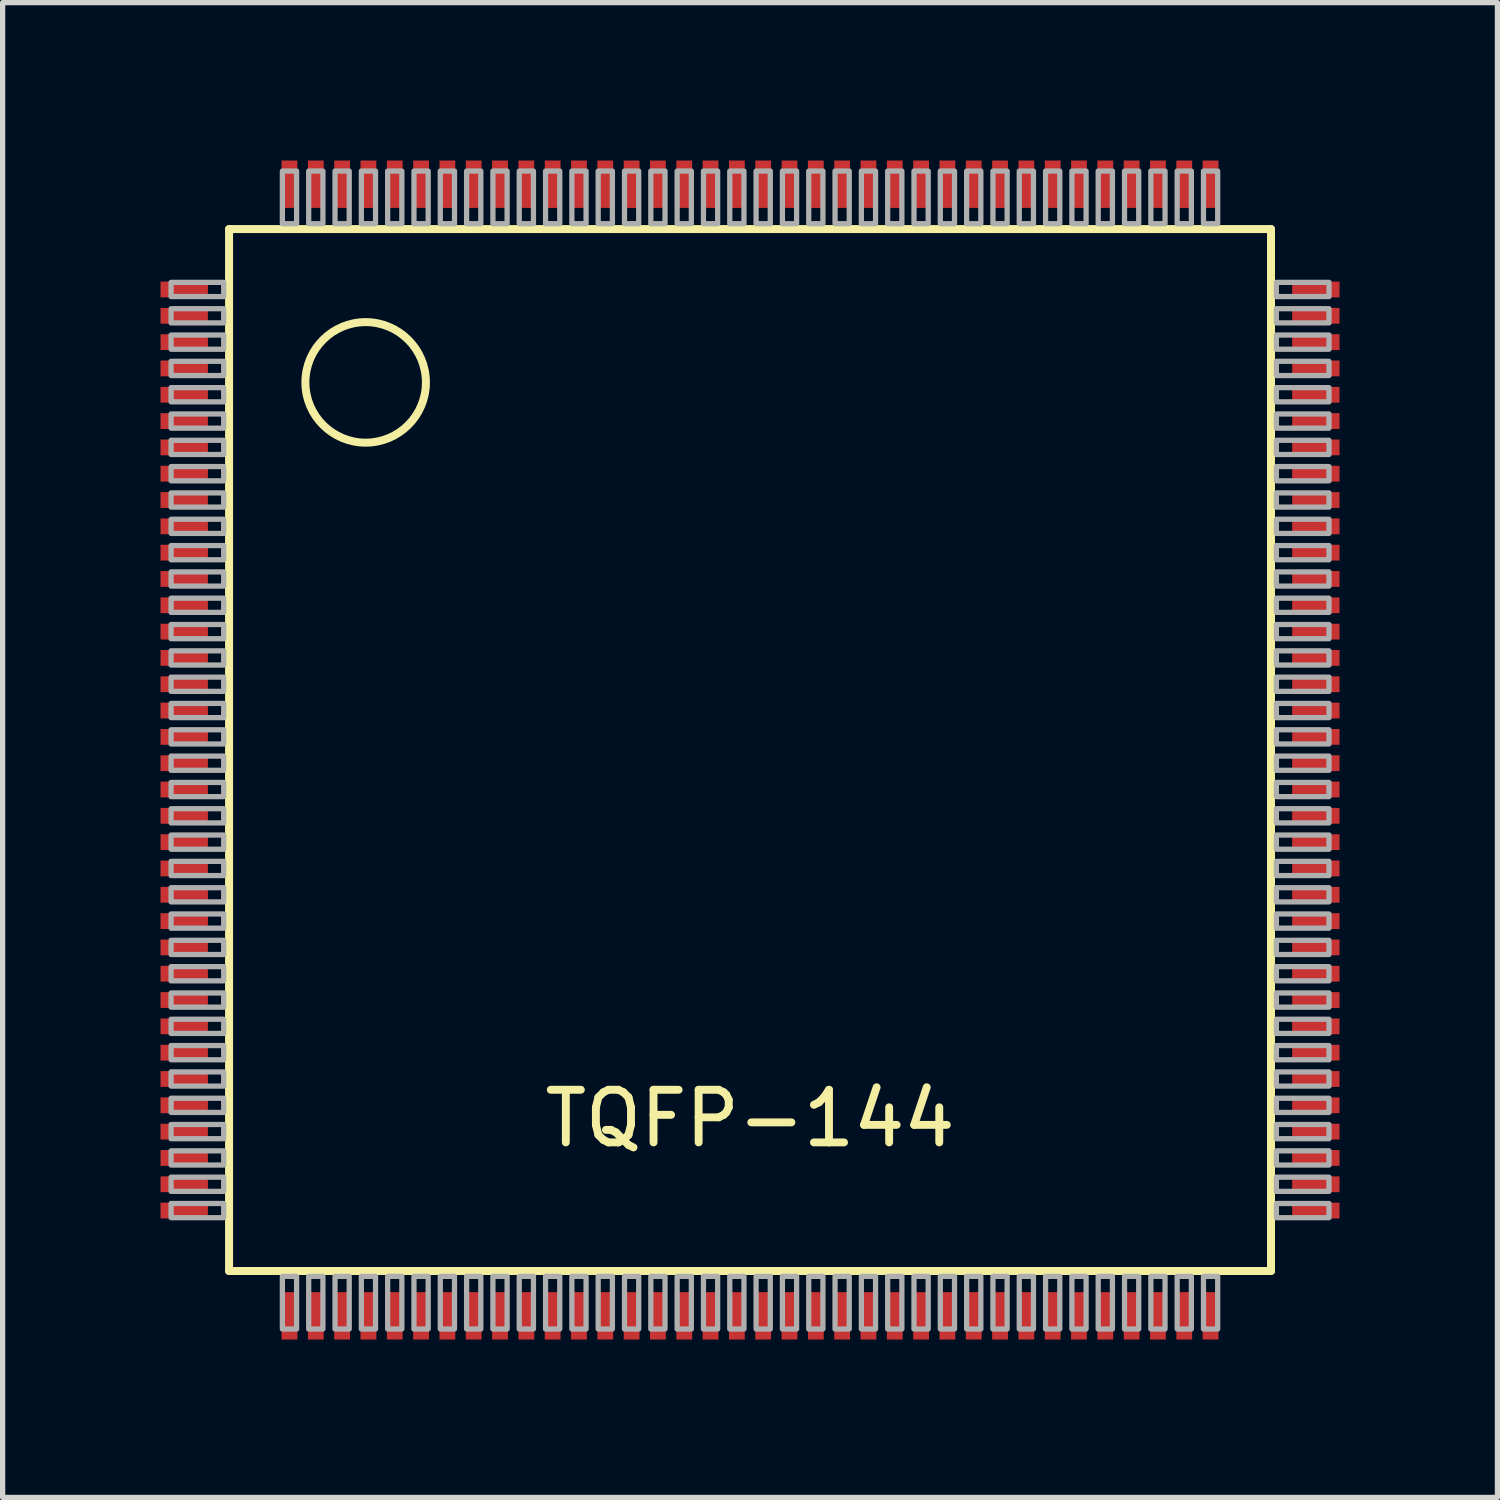
<source format=kicad_pcb>
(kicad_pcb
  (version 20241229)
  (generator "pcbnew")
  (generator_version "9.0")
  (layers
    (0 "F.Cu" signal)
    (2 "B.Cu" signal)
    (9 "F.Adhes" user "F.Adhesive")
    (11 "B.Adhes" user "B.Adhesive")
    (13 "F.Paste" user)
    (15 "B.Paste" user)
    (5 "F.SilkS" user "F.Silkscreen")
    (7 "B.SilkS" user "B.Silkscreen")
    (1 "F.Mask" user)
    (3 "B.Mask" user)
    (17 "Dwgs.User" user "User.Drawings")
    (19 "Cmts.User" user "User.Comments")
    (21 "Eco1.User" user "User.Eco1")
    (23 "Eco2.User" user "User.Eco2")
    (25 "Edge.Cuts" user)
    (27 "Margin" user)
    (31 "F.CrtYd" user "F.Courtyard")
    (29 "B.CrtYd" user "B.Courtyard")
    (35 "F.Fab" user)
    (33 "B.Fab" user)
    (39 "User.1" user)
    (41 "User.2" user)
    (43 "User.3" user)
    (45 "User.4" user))
  (footprint "TQFP-144"
    (layer "F.Cu")
    (at 11.2 11.2)
    (property "Reference" "TQFP-144" (at 0 7 0) (layer "F.SilkS") (effects (font (size 1 1) (thickness 0.15))))
    (attr through_hole)
    (fp_line (start -9.898 -9.898) (end 9.898 -9.898) (stroke (width 0.152) (type solid)) (layer "F.SilkS"))
    (fp_line (start -9.898 9.898) (end -9.898 -9.898) (stroke (width 0.152) (type solid)) (layer "F.SilkS"))
    (fp_line (start 9.898 -9.898) (end 9.898 9.898) (stroke (width 0.152) (type solid)) (layer "F.SilkS"))
    (fp_line (start 9.898 9.898) (end -9.898 9.898) (stroke (width 0.152) (type solid)) (layer "F.SilkS"))
    (fp_circle (center -7.303 -6.985) (end -6.158 -6.985) (stroke (width 0.152) (type solid)) (fill no) (layer "F.SilkS"))
    (fp_poly (pts (xy -11 -8.885) (xy -10 -8.885) (xy -10 -8.615) (xy -11 -8.615)) (stroke (width 0.1) (type solid)) (fill no) (layer "F.Fab"))
    (fp_poly (pts (xy -11 -8.385) (xy -10 -8.385) (xy -10 -8.115) (xy -11 -8.115)) (stroke (width 0.1) (type solid)) (fill no) (layer "F.Fab"))
    (fp_poly (pts (xy -11 -7.885) (xy -10 -7.885) (xy -10 -7.615) (xy -11 -7.615)) (stroke (width 0.1) (type solid)) (fill no) (layer "F.Fab"))
    (fp_poly (pts (xy -11 -7.385) (xy -10 -7.385) (xy -10 -7.115) (xy -11 -7.115)) (stroke (width 0.1) (type solid)) (fill no) (layer "F.Fab"))
    (fp_poly (pts (xy -11 -6.885) (xy -10 -6.885) (xy -10 -6.615) (xy -11 -6.615)) (stroke (width 0.1) (type solid)) (fill no) (layer "F.Fab"))
    (fp_poly (pts (xy -11 -6.385) (xy -10 -6.385) (xy -10 -6.115) (xy -11 -6.115)) (stroke (width 0.1) (type solid)) (fill no) (layer "F.Fab"))
    (fp_poly (pts (xy -11 -5.885) (xy -10 -5.885) (xy -10 -5.615) (xy -11 -5.615)) (stroke (width 0.1) (type solid)) (fill no) (layer "F.Fab"))
    (fp_poly (pts (xy -11 -5.385) (xy -10 -5.385) (xy -10 -5.115) (xy -11 -5.115)) (stroke (width 0.1) (type solid)) (fill no) (layer "F.Fab"))
    (fp_poly (pts (xy -11 -4.885) (xy -10 -4.885) (xy -10 -4.615) (xy -11 -4.615)) (stroke (width 0.1) (type solid)) (fill no) (layer "F.Fab"))
    (fp_poly (pts (xy -11 -4.385) (xy -10 -4.385) (xy -10 -4.115) (xy -11 -4.115)) (stroke (width 0.1) (type solid)) (fill no) (layer "F.Fab"))
    (fp_poly (pts (xy -11 -3.885) (xy -10 -3.885) (xy -10 -3.615) (xy -11 -3.615)) (stroke (width 0.1) (type solid)) (fill no) (layer "F.Fab"))
    (fp_poly (pts (xy -11 -3.385) (xy -10 -3.385) (xy -10 -3.115) (xy -11 -3.115)) (stroke (width 0.1) (type solid)) (fill no) (layer "F.Fab"))
    (fp_poly (pts (xy -11 -2.885) (xy -10 -2.885) (xy -10 -2.615) (xy -11 -2.615)) (stroke (width 0.1) (type solid)) (fill no) (layer "F.Fab"))
    (fp_poly (pts (xy -11 -2.385) (xy -10 -2.385) (xy -10 -2.115) (xy -11 -2.115)) (stroke (width 0.1) (type solid)) (fill no) (layer "F.Fab"))
    (fp_poly (pts (xy -11 -1.885) (xy -10 -1.885) (xy -10 -1.615) (xy -11 -1.615)) (stroke (width 0.1) (type solid)) (fill no) (layer "F.Fab"))
    (fp_poly (pts (xy -11 -1.385) (xy -10 -1.385) (xy -10 -1.115) (xy -11 -1.115)) (stroke (width 0.1) (type solid)) (fill no) (layer "F.Fab"))
    (fp_poly (pts (xy -11 -0.885) (xy -10 -0.885) (xy -10 -0.615) (xy -11 -0.615)) (stroke (width 0.1) (type solid)) (fill no) (layer "F.Fab"))
    (fp_poly (pts (xy -11 -0.385) (xy -10 -0.385) (xy -10 -0.115) (xy -11 -0.115)) (stroke (width 0.1) (type solid)) (fill no) (layer "F.Fab"))
    (fp_poly (pts (xy -11 0.115) (xy -10 0.115) (xy -10 0.385) (xy -11 0.385)) (stroke (width 0.1) (type solid)) (fill no) (layer "F.Fab"))
    (fp_poly (pts (xy -11 0.615) (xy -10 0.615) (xy -10 0.885) (xy -11 0.885)) (stroke (width 0.1) (type solid)) (fill no) (layer "F.Fab"))
    (fp_poly (pts (xy -11 1.115) (xy -10 1.115) (xy -10 1.385) (xy -11 1.385)) (stroke (width 0.1) (type solid)) (fill no) (layer "F.Fab"))
    (fp_poly (pts (xy -11 1.615) (xy -10 1.615) (xy -10 1.885) (xy -11 1.885)) (stroke (width 0.1) (type solid)) (fill no) (layer "F.Fab"))
    (fp_poly (pts (xy -11 2.115) (xy -10 2.115) (xy -10 2.385) (xy -11 2.385)) (stroke (width 0.1) (type solid)) (fill no) (layer "F.Fab"))
    (fp_poly (pts (xy -11 2.615) (xy -10 2.615) (xy -10 2.885) (xy -11 2.885)) (stroke (width 0.1) (type solid)) (fill no) (layer "F.Fab"))
    (fp_poly (pts (xy -11 3.115) (xy -10 3.115) (xy -10 3.385) (xy -11 3.385)) (stroke (width 0.1) (type solid)) (fill no) (layer "F.Fab"))
    (fp_poly (pts (xy -11 3.615) (xy -10 3.615) (xy -10 3.885) (xy -11 3.885)) (stroke (width 0.1) (type solid)) (fill no) (layer "F.Fab"))
    (fp_poly (pts (xy -11 4.115) (xy -10 4.115) (xy -10 4.385) (xy -11 4.385)) (stroke (width 0.1) (type solid)) (fill no) (layer "F.Fab"))
    (fp_poly (pts (xy -11 4.615) (xy -10 4.615) (xy -10 4.885) (xy -11 4.885)) (stroke (width 0.1) (type solid)) (fill no) (layer "F.Fab"))
    (fp_poly (pts (xy -11 5.115) (xy -10 5.115) (xy -10 5.385) (xy -11 5.385)) (stroke (width 0.1) (type solid)) (fill no) (layer "F.Fab"))
    (fp_poly (pts (xy -11 5.615) (xy -10 5.615) (xy -10 5.885) (xy -11 5.885)) (stroke (width 0.1) (type solid)) (fill no) (layer "F.Fab"))
    (fp_poly (pts (xy -11 6.115) (xy -10 6.115) (xy -10 6.385) (xy -11 6.385)) (stroke (width 0.1) (type solid)) (fill no) (layer "F.Fab"))
    (fp_poly (pts (xy -11 6.615) (xy -10 6.615) (xy -10 6.885) (xy -11 6.885)) (stroke (width 0.1) (type solid)) (fill no) (layer "F.Fab"))
    (fp_poly (pts (xy -11 7.115) (xy -10 7.115) (xy -10 7.385) (xy -11 7.385)) (stroke (width 0.1) (type solid)) (fill no) (layer "F.Fab"))
    (fp_poly (pts (xy -11 7.615) (xy -10 7.615) (xy -10 7.885) (xy -11 7.885)) (stroke (width 0.1) (type solid)) (fill no) (layer "F.Fab"))
    (fp_poly (pts (xy -11 8.115) (xy -10 8.115) (xy -10 8.385) (xy -11 8.385)) (stroke (width 0.1) (type solid)) (fill no) (layer "F.Fab"))
    (fp_poly (pts (xy -11 8.615) (xy -10 8.615) (xy -10 8.885) (xy -11 8.885)) (stroke (width 0.1) (type solid)) (fill no) (layer "F.Fab"))
    (fp_poly (pts (xy -8.885 -11) (xy -8.615 -11) (xy -8.615 -10) (xy -8.885 -10)) (stroke (width 0.1) (type solid)) (fill no) (layer "F.Fab"))
    (fp_poly (pts (xy -8.885 10) (xy -8.615 10) (xy -8.615 11) (xy -8.885 11)) (stroke (width 0.1) (type solid)) (fill no) (layer "F.Fab"))
    (fp_poly (pts (xy -8.385 -11) (xy -8.115 -11) (xy -8.115 -10) (xy -8.385 -10)) (stroke (width 0.1) (type solid)) (fill no) (layer "F.Fab"))
    (fp_poly (pts (xy -8.385 10) (xy -8.115 10) (xy -8.115 11) (xy -8.385 11)) (stroke (width 0.1) (type solid)) (fill no) (layer "F.Fab"))
    (fp_poly (pts (xy -7.885 -11) (xy -7.615 -11) (xy -7.615 -10) (xy -7.885 -10)) (stroke (width 0.1) (type solid)) (fill no) (layer "F.Fab"))
    (fp_poly (pts (xy -7.885 10) (xy -7.615 10) (xy -7.615 11) (xy -7.885 11)) (stroke (width 0.1) (type solid)) (fill no) (layer "F.Fab"))
    (fp_poly (pts (xy -7.385 -11) (xy -7.115 -11) (xy -7.115 -10) (xy -7.385 -10)) (stroke (width 0.1) (type solid)) (fill no) (layer "F.Fab"))
    (fp_poly (pts (xy -7.385 10) (xy -7.115 10) (xy -7.115 11) (xy -7.385 11)) (stroke (width 0.1) (type solid)) (fill no) (layer "F.Fab"))
    (fp_poly (pts (xy -6.885 -11) (xy -6.615 -11) (xy -6.615 -10) (xy -6.885 -10)) (stroke (width 0.1) (type solid)) (fill no) (layer "F.Fab"))
    (fp_poly (pts (xy -6.885 10) (xy -6.615 10) (xy -6.615 11) (xy -6.885 11)) (stroke (width 0.1) (type solid)) (fill no) (layer "F.Fab"))
    (fp_poly (pts (xy -6.385 -11) (xy -6.115 -11) (xy -6.115 -10) (xy -6.385 -10)) (stroke (width 0.1) (type solid)) (fill no) (layer "F.Fab"))
    (fp_poly (pts (xy -6.385 10) (xy -6.115 10) (xy -6.115 11) (xy -6.385 11)) (stroke (width 0.1) (type solid)) (fill no) (layer "F.Fab"))
    (fp_poly (pts (xy -5.885 -11) (xy -5.615 -11) (xy -5.615 -10) (xy -5.885 -10)) (stroke (width 0.1) (type solid)) (fill no) (layer "F.Fab"))
    (fp_poly (pts (xy -5.885 10) (xy -5.615 10) (xy -5.615 11) (xy -5.885 11)) (stroke (width 0.1) (type solid)) (fill no) (layer "F.Fab"))
    (fp_poly (pts (xy -5.385 -11) (xy -5.115 -11) (xy -5.115 -10) (xy -5.385 -10)) (stroke (width 0.1) (type solid)) (fill no) (layer "F.Fab"))
    (fp_poly (pts (xy -5.385 10) (xy -5.115 10) (xy -5.115 11) (xy -5.385 11)) (stroke (width 0.1) (type solid)) (fill no) (layer "F.Fab"))
    (fp_poly (pts (xy -4.885 -11) (xy -4.615 -11) (xy -4.615 -10) (xy -4.885 -10)) (stroke (width 0.1) (type solid)) (fill no) (layer "F.Fab"))
    (fp_poly (pts (xy -4.885 10) (xy -4.615 10) (xy -4.615 11) (xy -4.885 11)) (stroke (width 0.1) (type solid)) (fill no) (layer "F.Fab"))
    (fp_poly (pts (xy -4.385 -11) (xy -4.115 -11) (xy -4.115 -10) (xy -4.385 -10)) (stroke (width 0.1) (type solid)) (fill no) (layer "F.Fab"))
    (fp_poly (pts (xy -4.385 10) (xy -4.115 10) (xy -4.115 11) (xy -4.385 11)) (stroke (width 0.1) (type solid)) (fill no) (layer "F.Fab"))
    (fp_poly (pts (xy -3.885 -11) (xy -3.615 -11) (xy -3.615 -10) (xy -3.885 -10)) (stroke (width 0.1) (type solid)) (fill no) (layer "F.Fab"))
    (fp_poly (pts (xy -3.885 10) (xy -3.615 10) (xy -3.615 11) (xy -3.885 11)) (stroke (width 0.1) (type solid)) (fill no) (layer "F.Fab"))
    (fp_poly (pts (xy -3.385 -11) (xy -3.115 -11) (xy -3.115 -10) (xy -3.385 -10)) (stroke (width 0.1) (type solid)) (fill no) (layer "F.Fab"))
    (fp_poly (pts (xy -3.385 10) (xy -3.115 10) (xy -3.115 11) (xy -3.385 11)) (stroke (width 0.1) (type solid)) (fill no) (layer "F.Fab"))
    (fp_poly (pts (xy -2.885 -11) (xy -2.615 -11) (xy -2.615 -10) (xy -2.885 -10)) (stroke (width 0.1) (type solid)) (fill no) (layer "F.Fab"))
    (fp_poly (pts (xy -2.885 10) (xy -2.615 10) (xy -2.615 11) (xy -2.885 11)) (stroke (width 0.1) (type solid)) (fill no) (layer "F.Fab"))
    (fp_poly (pts (xy -2.385 -11) (xy -2.115 -11) (xy -2.115 -10) (xy -2.385 -10)) (stroke (width 0.1) (type solid)) (fill no) (layer "F.Fab"))
    (fp_poly (pts (xy -2.385 10) (xy -2.115 10) (xy -2.115 11) (xy -2.385 11)) (stroke (width 0.1) (type solid)) (fill no) (layer "F.Fab"))
    (fp_poly (pts (xy -1.885 -11) (xy -1.615 -11) (xy -1.615 -10) (xy -1.885 -10)) (stroke (width 0.1) (type solid)) (fill no) (layer "F.Fab"))
    (fp_poly (pts (xy -1.885 10) (xy -1.615 10) (xy -1.615 11) (xy -1.885 11)) (stroke (width 0.1) (type solid)) (fill no) (layer "F.Fab"))
    (fp_poly (pts (xy -1.385 -11) (xy -1.115 -11) (xy -1.115 -10) (xy -1.385 -10)) (stroke (width 0.1) (type solid)) (fill no) (layer "F.Fab"))
    (fp_poly (pts (xy -1.385 10) (xy -1.115 10) (xy -1.115 11) (xy -1.385 11)) (stroke (width 0.1) (type solid)) (fill no) (layer "F.Fab"))
    (fp_poly (pts (xy -0.885 -11) (xy -0.615 -11) (xy -0.615 -10) (xy -0.885 -10)) (stroke (width 0.1) (type solid)) (fill no) (layer "F.Fab"))
    (fp_poly (pts (xy -0.885 10) (xy -0.615 10) (xy -0.615 11) (xy -0.885 11)) (stroke (width 0.1) (type solid)) (fill no) (layer "F.Fab"))
    (fp_poly (pts (xy -0.385 -11) (xy -0.115 -11) (xy -0.115 -10) (xy -0.385 -10)) (stroke (width 0.1) (type solid)) (fill no) (layer "F.Fab"))
    (fp_poly (pts (xy -0.385 10) (xy -0.115 10) (xy -0.115 11) (xy -0.385 11)) (stroke (width 0.1) (type solid)) (fill no) (layer "F.Fab"))
    (fp_poly (pts (xy 0.115 -11) (xy 0.385 -11) (xy 0.385 -10) (xy 0.115 -10)) (stroke (width 0.1) (type solid)) (fill no) (layer "F.Fab"))
    (fp_poly (pts (xy 0.115 10) (xy 0.385 10) (xy 0.385 11) (xy 0.115 11)) (stroke (width 0.1) (type solid)) (fill no) (layer "F.Fab"))
    (fp_poly (pts (xy 0.615 -11) (xy 0.885 -11) (xy 0.885 -10) (xy 0.615 -10)) (stroke (width 0.1) (type solid)) (fill no) (layer "F.Fab"))
    (fp_poly (pts (xy 0.615 10) (xy 0.885 10) (xy 0.885 11) (xy 0.615 11)) (stroke (width 0.1) (type solid)) (fill no) (layer "F.Fab"))
    (fp_poly (pts (xy 1.115 -11) (xy 1.385 -11) (xy 1.385 -10) (xy 1.115 -10)) (stroke (width 0.1) (type solid)) (fill no) (layer "F.Fab"))
    (fp_poly (pts (xy 1.115 10) (xy 1.385 10) (xy 1.385 11) (xy 1.115 11)) (stroke (width 0.1) (type solid)) (fill no) (layer "F.Fab"))
    (fp_poly (pts (xy 1.615 -11) (xy 1.885 -11) (xy 1.885 -10) (xy 1.615 -10)) (stroke (width 0.1) (type solid)) (fill no) (layer "F.Fab"))
    (fp_poly (pts (xy 1.615 10) (xy 1.885 10) (xy 1.885 11) (xy 1.615 11)) (stroke (width 0.1) (type solid)) (fill no) (layer "F.Fab"))
    (fp_poly (pts (xy 2.115 -11) (xy 2.385 -11) (xy 2.385 -10) (xy 2.115 -10)) (stroke (width 0.1) (type solid)) (fill no) (layer "F.Fab"))
    (fp_poly (pts (xy 2.115 10) (xy 2.385 10) (xy 2.385 11) (xy 2.115 11)) (stroke (width 0.1) (type solid)) (fill no) (layer "F.Fab"))
    (fp_poly (pts (xy 2.615 -11) (xy 2.885 -11) (xy 2.885 -10) (xy 2.615 -10)) (stroke (width 0.1) (type solid)) (fill no) (layer "F.Fab"))
    (fp_poly (pts (xy 2.615 10) (xy 2.885 10) (xy 2.885 11) (xy 2.615 11)) (stroke (width 0.1) (type solid)) (fill no) (layer "F.Fab"))
    (fp_poly (pts (xy 3.115 -11) (xy 3.385 -11) (xy 3.385 -10) (xy 3.115 -10)) (stroke (width 0.1) (type solid)) (fill no) (layer "F.Fab"))
    (fp_poly (pts (xy 3.115 10) (xy 3.385 10) (xy 3.385 11) (xy 3.115 11)) (stroke (width 0.1) (type solid)) (fill no) (layer "F.Fab"))
    (fp_poly (pts (xy 3.615 -11) (xy 3.885 -11) (xy 3.885 -10) (xy 3.615 -10)) (stroke (width 0.1) (type solid)) (fill no) (layer "F.Fab"))
    (fp_poly (pts (xy 3.615 10) (xy 3.885 10) (xy 3.885 11) (xy 3.615 11)) (stroke (width 0.1) (type solid)) (fill no) (layer "F.Fab"))
    (fp_poly (pts (xy 4.115 -11) (xy 4.385 -11) (xy 4.385 -10) (xy 4.115 -10)) (stroke (width 0.1) (type solid)) (fill no) (layer "F.Fab"))
    (fp_poly (pts (xy 4.115 10) (xy 4.385 10) (xy 4.385 11) (xy 4.115 11)) (stroke (width 0.1) (type solid)) (fill no) (layer "F.Fab"))
    (fp_poly (pts (xy 4.615 -11) (xy 4.885 -11) (xy 4.885 -10) (xy 4.615 -10)) (stroke (width 0.1) (type solid)) (fill no) (layer "F.Fab"))
    (fp_poly (pts (xy 4.615 10) (xy 4.885 10) (xy 4.885 11) (xy 4.615 11)) (stroke (width 0.1) (type solid)) (fill no) (layer "F.Fab"))
    (fp_poly (pts (xy 5.115 -11) (xy 5.385 -11) (xy 5.385 -10) (xy 5.115 -10)) (stroke (width 0.1) (type solid)) (fill no) (layer "F.Fab"))
    (fp_poly (pts (xy 5.115 10) (xy 5.385 10) (xy 5.385 11) (xy 5.115 11)) (stroke (width 0.1) (type solid)) (fill no) (layer "F.Fab"))
    (fp_poly (pts (xy 5.615 -11) (xy 5.885 -11) (xy 5.885 -10) (xy 5.615 -10)) (stroke (width 0.1) (type solid)) (fill no) (layer "F.Fab"))
    (fp_poly (pts (xy 5.615 10) (xy 5.885 10) (xy 5.885 11) (xy 5.615 11)) (stroke (width 0.1) (type solid)) (fill no) (layer "F.Fab"))
    (fp_poly (pts (xy 6.115 -11) (xy 6.385 -11) (xy 6.385 -10) (xy 6.115 -10)) (stroke (width 0.1) (type solid)) (fill no) (layer "F.Fab"))
    (fp_poly (pts (xy 6.115 10) (xy 6.385 10) (xy 6.385 11) (xy 6.115 11)) (stroke (width 0.1) (type solid)) (fill no) (layer "F.Fab"))
    (fp_poly (pts (xy 6.615 -11) (xy 6.885 -11) (xy 6.885 -10) (xy 6.615 -10)) (stroke (width 0.1) (type solid)) (fill no) (layer "F.Fab"))
    (fp_poly (pts (xy 6.615 10) (xy 6.885 10) (xy 6.885 11) (xy 6.615 11)) (stroke (width 0.1) (type solid)) (fill no) (layer "F.Fab"))
    (fp_poly (pts (xy 7.115 -11) (xy 7.385 -11) (xy 7.385 -10) (xy 7.115 -10)) (stroke (width 0.1) (type solid)) (fill no) (layer "F.Fab"))
    (fp_poly (pts (xy 7.115 10) (xy 7.385 10) (xy 7.385 11) (xy 7.115 11)) (stroke (width 0.1) (type solid)) (fill no) (layer "F.Fab"))
    (fp_poly (pts (xy 7.615 -11) (xy 7.885 -11) (xy 7.885 -10) (xy 7.615 -10)) (stroke (width 0.1) (type solid)) (fill no) (layer "F.Fab"))
    (fp_poly (pts (xy 7.615 10) (xy 7.885 10) (xy 7.885 11) (xy 7.615 11)) (stroke (width 0.1) (type solid)) (fill no) (layer "F.Fab"))
    (fp_poly (pts (xy 8.115 -11) (xy 8.385 -11) (xy 8.385 -10) (xy 8.115 -10)) (stroke (width 0.1) (type solid)) (fill no) (layer "F.Fab"))
    (fp_poly (pts (xy 8.115 10) (xy 8.385 10) (xy 8.385 11) (xy 8.115 11)) (stroke (width 0.1) (type solid)) (fill no) (layer "F.Fab"))
    (fp_poly (pts (xy 8.615 -11) (xy 8.885 -11) (xy 8.885 -10) (xy 8.615 -10)) (stroke (width 0.1) (type solid)) (fill no) (layer "F.Fab"))
    (fp_poly (pts (xy 8.615 10) (xy 8.885 10) (xy 8.885 11) (xy 8.615 11)) (stroke (width 0.1) (type solid)) (fill no) (layer "F.Fab"))
    (fp_poly (pts (xy 10 -8.885) (xy 11 -8.885) (xy 11 -8.615) (xy 10 -8.615)) (stroke (width 0.1) (type solid)) (fill no) (layer "F.Fab"))
    (fp_poly (pts (xy 10 -8.385) (xy 11 -8.385) (xy 11 -8.115) (xy 10 -8.115)) (stroke (width 0.1) (type solid)) (fill no) (layer "F.Fab"))
    (fp_poly (pts (xy 10 -7.885) (xy 11 -7.885) (xy 11 -7.615) (xy 10 -7.615)) (stroke (width 0.1) (type solid)) (fill no) (layer "F.Fab"))
    (fp_poly (pts (xy 10 -7.385) (xy 11 -7.385) (xy 11 -7.115) (xy 10 -7.115)) (stroke (width 0.1) (type solid)) (fill no) (layer "F.Fab"))
    (fp_poly (pts (xy 10 -6.885) (xy 11 -6.885) (xy 11 -6.615) (xy 10 -6.615)) (stroke (width 0.1) (type solid)) (fill no) (layer "F.Fab"))
    (fp_poly (pts (xy 10 -6.385) (xy 11 -6.385) (xy 11 -6.115) (xy 10 -6.115)) (stroke (width 0.1) (type solid)) (fill no) (layer "F.Fab"))
    (fp_poly (pts (xy 10 -5.885) (xy 11 -5.885) (xy 11 -5.615) (xy 10 -5.615)) (stroke (width 0.1) (type solid)) (fill no) (layer "F.Fab"))
    (fp_poly (pts (xy 10 -5.385) (xy 11 -5.385) (xy 11 -5.115) (xy 10 -5.115)) (stroke (width 0.1) (type solid)) (fill no) (layer "F.Fab"))
    (fp_poly (pts (xy 10 -4.885) (xy 11 -4.885) (xy 11 -4.615) (xy 10 -4.615)) (stroke (width 0.1) (type solid)) (fill no) (layer "F.Fab"))
    (fp_poly (pts (xy 10 -4.385) (xy 11 -4.385) (xy 11 -4.115) (xy 10 -4.115)) (stroke (width 0.1) (type solid)) (fill no) (layer "F.Fab"))
    (fp_poly (pts (xy 10 -3.885) (xy 11 -3.885) (xy 11 -3.615) (xy 10 -3.615)) (stroke (width 0.1) (type solid)) (fill no) (layer "F.Fab"))
    (fp_poly (pts (xy 10 -3.385) (xy 11 -3.385) (xy 11 -3.115) (xy 10 -3.115)) (stroke (width 0.1) (type solid)) (fill no) (layer "F.Fab"))
    (fp_poly (pts (xy 10 -2.885) (xy 11 -2.885) (xy 11 -2.615) (xy 10 -2.615)) (stroke (width 0.1) (type solid)) (fill no) (layer "F.Fab"))
    (fp_poly (pts (xy 10 -2.385) (xy 11 -2.385) (xy 11 -2.115) (xy 10 -2.115)) (stroke (width 0.1) (type solid)) (fill no) (layer "F.Fab"))
    (fp_poly (pts (xy 10 -1.885) (xy 11 -1.885) (xy 11 -1.615) (xy 10 -1.615)) (stroke (width 0.1) (type solid)) (fill no) (layer "F.Fab"))
    (fp_poly (pts (xy 10 -1.385) (xy 11 -1.385) (xy 11 -1.115) (xy 10 -1.115)) (stroke (width 0.1) (type solid)) (fill no) (layer "F.Fab"))
    (fp_poly (pts (xy 10 -0.885) (xy 11 -0.885) (xy 11 -0.615) (xy 10 -0.615)) (stroke (width 0.1) (type solid)) (fill no) (layer "F.Fab"))
    (fp_poly (pts (xy 10 -0.385) (xy 11 -0.385) (xy 11 -0.115) (xy 10 -0.115)) (stroke (width 0.1) (type solid)) (fill no) (layer "F.Fab"))
    (fp_poly (pts (xy 10 0.115) (xy 11 0.115) (xy 11 0.385) (xy 10 0.385)) (stroke (width 0.1) (type solid)) (fill no) (layer "F.Fab"))
    (fp_poly (pts (xy 10 0.615) (xy 11 0.615) (xy 11 0.885) (xy 10 0.885)) (stroke (width 0.1) (type solid)) (fill no) (layer "F.Fab"))
    (fp_poly (pts (xy 10 1.115) (xy 11 1.115) (xy 11 1.385) (xy 10 1.385)) (stroke (width 0.1) (type solid)) (fill no) (layer "F.Fab"))
    (fp_poly (pts (xy 10 1.615) (xy 11 1.615) (xy 11 1.885) (xy 10 1.885)) (stroke (width 0.1) (type solid)) (fill no) (layer "F.Fab"))
    (fp_poly (pts (xy 10 2.115) (xy 11 2.115) (xy 11 2.385) (xy 10 2.385)) (stroke (width 0.1) (type solid)) (fill no) (layer "F.Fab"))
    (fp_poly (pts (xy 10 2.615) (xy 11 2.615) (xy 11 2.885) (xy 10 2.885)) (stroke (width 0.1) (type solid)) (fill no) (layer "F.Fab"))
    (fp_poly (pts (xy 10 3.115) (xy 11 3.115) (xy 11 3.385) (xy 10 3.385)) (stroke (width 0.1) (type solid)) (fill no) (layer "F.Fab"))
    (fp_poly (pts (xy 10 3.615) (xy 11 3.615) (xy 11 3.885) (xy 10 3.885)) (stroke (width 0.1) (type solid)) (fill no) (layer "F.Fab"))
    (fp_poly (pts (xy 10 4.115) (xy 11 4.115) (xy 11 4.385) (xy 10 4.385)) (stroke (width 0.1) (type solid)) (fill no) (layer "F.Fab"))
    (fp_poly (pts (xy 10 4.615) (xy 11 4.615) (xy 11 4.885) (xy 10 4.885)) (stroke (width 0.1) (type solid)) (fill no) (layer "F.Fab"))
    (fp_poly (pts (xy 10 5.115) (xy 11 5.115) (xy 11 5.385) (xy 10 5.385)) (stroke (width 0.1) (type solid)) (fill no) (layer "F.Fab"))
    (fp_poly (pts (xy 10 5.615) (xy 11 5.615) (xy 11 5.885) (xy 10 5.885)) (stroke (width 0.1) (type solid)) (fill no) (layer "F.Fab"))
    (fp_poly (pts (xy 10 6.115) (xy 11 6.115) (xy 11 6.385) (xy 10 6.385)) (stroke (width 0.1) (type solid)) (fill no) (layer "F.Fab"))
    (fp_poly (pts (xy 10 6.615) (xy 11 6.615) (xy 11 6.885) (xy 10 6.885)) (stroke (width 0.1) (type solid)) (fill no) (layer "F.Fab"))
    (fp_poly (pts (xy 10 7.115) (xy 11 7.115) (xy 11 7.385) (xy 10 7.385)) (stroke (width 0.1) (type solid)) (fill no) (layer "F.Fab"))
    (fp_poly (pts (xy 10 7.615) (xy 11 7.615) (xy 11 7.885) (xy 10 7.885)) (stroke (width 0.1) (type solid)) (fill no) (layer "F.Fab"))
    (fp_poly (pts (xy 10 8.115) (xy 11 8.115) (xy 11 8.385) (xy 10 8.385)) (stroke (width 0.1) (type solid)) (fill no) (layer "F.Fab"))
    (fp_poly (pts (xy 10 8.615) (xy 11 8.615) (xy 11 8.885) (xy 10 8.885)) (stroke (width 0.1) (type solid)) (fill no) (layer "F.Fab"))
    (pad "1" smd rect (at -10.75 -8.75) (size 0.9 0.3) (layers "F.Cu" "F.Mask" "F.Paste"))
    (pad "2" smd rect (at -10.75 -8.25) (size 0.9 0.3) (layers "F.Cu" "F.Mask" "F.Paste"))
    (pad "3" smd rect (at -10.75 -7.75) (size 0.9 0.3) (layers "F.Cu" "F.Mask" "F.Paste"))
    (pad "4" smd rect (at -10.75 -7.25) (size 0.9 0.3) (layers "F.Cu" "F.Mask" "F.Paste"))
    (pad "5" smd rect (at -10.75 -6.75) (size 0.9 0.3) (layers "F.Cu" "F.Mask" "F.Paste"))
    (pad "6" smd rect (at -10.75 -6.25) (size 0.9 0.3) (layers "F.Cu" "F.Mask" "F.Paste"))
    (pad "7" smd rect (at -10.75 -5.75) (size 0.9 0.3) (layers "F.Cu" "F.Mask" "F.Paste"))
    (pad "8" smd rect (at -10.75 -5.25) (size 0.9 0.3) (layers "F.Cu" "F.Mask" "F.Paste"))
    (pad "9" smd rect (at -10.75 -4.75) (size 0.9 0.3) (layers "F.Cu" "F.Mask" "F.Paste"))
    (pad "10" smd rect (at -10.75 -4.25) (size 0.9 0.3) (layers "F.Cu" "F.Mask" "F.Paste"))
    (pad "11" smd rect (at -10.75 -3.75) (size 0.9 0.3) (layers "F.Cu" "F.Mask" "F.Paste"))
    (pad "12" smd rect (at -10.75 -3.25) (size 0.9 0.3) (layers "F.Cu" "F.Mask" "F.Paste"))
    (pad "13" smd rect (at -10.75 -2.75) (size 0.9 0.3) (layers "F.Cu" "F.Mask" "F.Paste"))
    (pad "14" smd rect (at -10.75 -2.25) (size 0.9 0.3) (layers "F.Cu" "F.Mask" "F.Paste"))
    (pad "15" smd rect (at -10.75 -1.75) (size 0.9 0.3) (layers "F.Cu" "F.Mask" "F.Paste"))
    (pad "16" smd rect (at -10.75 -1.25) (size 0.9 0.3) (layers "F.Cu" "F.Mask" "F.Paste"))
    (pad "17" smd rect (at -10.75 -0.75) (size 0.9 0.3) (layers "F.Cu" "F.Mask" "F.Paste"))
    (pad "18" smd rect (at -10.75 -0.25) (size 0.9 0.3) (layers "F.Cu" "F.Mask" "F.Paste"))
    (pad "19" smd rect (at -10.75 0.25) (size 0.9 0.3) (layers "F.Cu" "F.Mask" "F.Paste"))
    (pad "20" smd rect (at -10.75 0.75) (size 0.9 0.3) (layers "F.Cu" "F.Mask" "F.Paste"))
    (pad "21" smd rect (at -10.75 1.25) (size 0.9 0.3) (layers "F.Cu" "F.Mask" "F.Paste"))
    (pad "22" smd rect (at -10.75 1.75) (size 0.9 0.3) (layers "F.Cu" "F.Mask" "F.Paste"))
    (pad "23" smd rect (at -10.75 2.25) (size 0.9 0.3) (layers "F.Cu" "F.Mask" "F.Paste"))
    (pad "24" smd rect (at -10.75 2.75) (size 0.9 0.3) (layers "F.Cu" "F.Mask" "F.Paste"))
    (pad "25" smd rect (at -10.75 3.25) (size 0.9 0.3) (layers "F.Cu" "F.Mask" "F.Paste"))
    (pad "26" smd rect (at -10.75 3.75) (size 0.9 0.3) (layers "F.Cu" "F.Mask" "F.Paste"))
    (pad "27" smd rect (at -10.75 4.25) (size 0.9 0.3) (layers "F.Cu" "F.Mask" "F.Paste"))
    (pad "28" smd rect (at -10.75 4.75) (size 0.9 0.3) (layers "F.Cu" "F.Mask" "F.Paste"))
    (pad "29" smd rect (at -10.75 5.25) (size 0.9 0.3) (layers "F.Cu" "F.Mask" "F.Paste"))
    (pad "30" smd rect (at -10.75 5.75) (size 0.9 0.3) (layers "F.Cu" "F.Mask" "F.Paste"))
    (pad "31" smd rect (at -10.75 6.25) (size 0.9 0.3) (layers "F.Cu" "F.Mask" "F.Paste"))
    (pad "32" smd rect (at -10.75 6.75) (size 0.9 0.3) (layers "F.Cu" "F.Mask" "F.Paste"))
    (pad "33" smd rect (at -10.75 7.25) (size 0.9 0.3) (layers "F.Cu" "F.Mask" "F.Paste"))
    (pad "34" smd rect (at -10.75 7.75) (size 0.9 0.3) (layers "F.Cu" "F.Mask" "F.Paste"))
    (pad "35" smd rect (at -10.75 8.25) (size 0.9 0.3) (layers "F.Cu" "F.Mask" "F.Paste"))
    (pad "36" smd rect (at -10.75 8.75) (size 0.9 0.3) (layers "F.Cu" "F.Mask" "F.Paste"))
    (pad "37" smd rect (at -8.75 10.75 90) (size 0.9 0.3) (layers "F.Cu" "F.Mask" "F.Paste"))
    (pad "38" smd rect (at -8.25 10.75 90) (size 0.9 0.3) (layers "F.Cu" "F.Mask" "F.Paste"))
    (pad "39" smd rect (at -7.75 10.75 90) (size 0.9 0.3) (layers "F.Cu" "F.Mask" "F.Paste"))
    (pad "40" smd rect (at -7.25 10.75 90) (size 0.9 0.3) (layers "F.Cu" "F.Mask" "F.Paste"))
    (pad "41" smd rect (at -6.75 10.75 90) (size 0.9 0.3) (layers "F.Cu" "F.Mask" "F.Paste"))
    (pad "42" smd rect (at -6.25 10.75 90) (size 0.9 0.3) (layers "F.Cu" "F.Mask" "F.Paste"))
    (pad "43" smd rect (at -5.75 10.75 90) (size 0.9 0.3) (layers "F.Cu" "F.Mask" "F.Paste"))
    (pad "44" smd rect (at -5.25 10.75 90) (size 0.9 0.3) (layers "F.Cu" "F.Mask" "F.Paste"))
    (pad "45" smd rect (at -4.75 10.75 90) (size 0.9 0.3) (layers "F.Cu" "F.Mask" "F.Paste"))
    (pad "46" smd rect (at -4.25 10.75 90) (size 0.9 0.3) (layers "F.Cu" "F.Mask" "F.Paste"))
    (pad "47" smd rect (at -3.75 10.75 90) (size 0.9 0.3) (layers "F.Cu" "F.Mask" "F.Paste"))
    (pad "48" smd rect (at -3.25 10.75 90) (size 0.9 0.3) (layers "F.Cu" "F.Mask" "F.Paste"))
    (pad "49" smd rect (at -2.75 10.75 90) (size 0.9 0.3) (layers "F.Cu" "F.Mask" "F.Paste"))
    (pad "50" smd rect (at -2.25 10.75 90) (size 0.9 0.3) (layers "F.Cu" "F.Mask" "F.Paste"))
    (pad "51" smd rect (at -1.75 10.75 90) (size 0.9 0.3) (layers "F.Cu" "F.Mask" "F.Paste"))
    (pad "52" smd rect (at -1.25 10.75 90) (size 0.9 0.3) (layers "F.Cu" "F.Mask" "F.Paste"))
    (pad "53" smd rect (at -0.75 10.75 90) (size 0.9 0.3) (layers "F.Cu" "F.Mask" "F.Paste"))
    (pad "54" smd rect (at -0.25 10.75 90) (size 0.9 0.3) (layers "F.Cu" "F.Mask" "F.Paste"))
    (pad "55" smd rect (at 0.25 10.75 90) (size 0.9 0.3) (layers "F.Cu" "F.Mask" "F.Paste"))
    (pad "56" smd rect (at 0.75 10.75 90) (size 0.9 0.3) (layers "F.Cu" "F.Mask" "F.Paste"))
    (pad "57" smd rect (at 1.25 10.75 90) (size 0.9 0.3) (layers "F.Cu" "F.Mask" "F.Paste"))
    (pad "58" smd rect (at 1.75 10.75 90) (size 0.9 0.3) (layers "F.Cu" "F.Mask" "F.Paste"))
    (pad "59" smd rect (at 2.25 10.75 90) (size 0.9 0.3) (layers "F.Cu" "F.Mask" "F.Paste"))
    (pad "60" smd rect (at 2.75 10.75 90) (size 0.9 0.3) (layers "F.Cu" "F.Mask" "F.Paste"))
    (pad "61" smd rect (at 3.25 10.75 90) (size 0.9 0.3) (layers "F.Cu" "F.Mask" "F.Paste"))
    (pad "62" smd rect (at 3.75 10.75 90) (size 0.9 0.3) (layers "F.Cu" "F.Mask" "F.Paste"))
    (pad "63" smd rect (at 4.25 10.75 90) (size 0.9 0.3) (layers "F.Cu" "F.Mask" "F.Paste"))
    (pad "64" smd rect (at 4.75 10.75 90) (size 0.9 0.3) (layers "F.Cu" "F.Mask" "F.Paste"))
    (pad "65" smd rect (at 5.25 10.75 90) (size 0.9 0.3) (layers "F.Cu" "F.Mask" "F.Paste"))
    (pad "66" smd rect (at 5.75 10.75 90) (size 0.9 0.3) (layers "F.Cu" "F.Mask" "F.Paste"))
    (pad "67" smd rect (at 6.25 10.75 90) (size 0.9 0.3) (layers "F.Cu" "F.Mask" "F.Paste"))
    (pad "68" smd rect (at 6.75 10.75 90) (size 0.9 0.3) (layers "F.Cu" "F.Mask" "F.Paste"))
    (pad "69" smd rect (at 7.25 10.75 90) (size 0.9 0.3) (layers "F.Cu" "F.Mask" "F.Paste"))
    (pad "70" smd rect (at 7.75 10.75 90) (size 0.9 0.3) (layers "F.Cu" "F.Mask" "F.Paste"))
    (pad "71" smd rect (at 8.25 10.75 90) (size 0.9 0.3) (layers "F.Cu" "F.Mask" "F.Paste"))
    (pad "72" smd rect (at 8.75 10.75 90) (size 0.9 0.3) (layers "F.Cu" "F.Mask" "F.Paste"))
    (pad "73" smd rect (at 10.75 8.75) (size 0.9 0.3) (layers "F.Cu" "F.Mask" "F.Paste"))
    (pad "74" smd rect (at 10.75 8.25) (size 0.9 0.3) (layers "F.Cu" "F.Mask" "F.Paste"))
    (pad "75" smd rect (at 10.75 7.75) (size 0.9 0.3) (layers "F.Cu" "F.Mask" "F.Paste"))
    (pad "76" smd rect (at 10.75 7.25) (size 0.9 0.3) (layers "F.Cu" "F.Mask" "F.Paste"))
    (pad "77" smd rect (at 10.75 6.75) (size 0.9 0.3) (layers "F.Cu" "F.Mask" "F.Paste"))
    (pad "78" smd rect (at 10.75 6.25) (size 0.9 0.3) (layers "F.Cu" "F.Mask" "F.Paste"))
    (pad "79" smd rect (at 10.75 5.75) (size 0.9 0.3) (layers "F.Cu" "F.Mask" "F.Paste"))
    (pad "80" smd rect (at 10.75 5.25) (size 0.9 0.3) (layers "F.Cu" "F.Mask" "F.Paste"))
    (pad "81" smd rect (at 10.75 4.75) (size 0.9 0.3) (layers "F.Cu" "F.Mask" "F.Paste"))
    (pad "82" smd rect (at 10.75 4.25) (size 0.9 0.3) (layers "F.Cu" "F.Mask" "F.Paste"))
    (pad "83" smd rect (at 10.75 3.75) (size 0.9 0.3) (layers "F.Cu" "F.Mask" "F.Paste"))
    (pad "84" smd rect (at 10.75 3.25) (size 0.9 0.3) (layers "F.Cu" "F.Mask" "F.Paste"))
    (pad "85" smd rect (at 10.75 2.75) (size 0.9 0.3) (layers "F.Cu" "F.Mask" "F.Paste"))
    (pad "86" smd rect (at 10.75 2.25) (size 0.9 0.3) (layers "F.Cu" "F.Mask" "F.Paste"))
    (pad "87" smd rect (at 10.75 1.75) (size 0.9 0.3) (layers "F.Cu" "F.Mask" "F.Paste"))
    (pad "88" smd rect (at 10.75 1.25) (size 0.9 0.3) (layers "F.Cu" "F.Mask" "F.Paste"))
    (pad "89" smd rect (at 10.75 0.75) (size 0.9 0.3) (layers "F.Cu" "F.Mask" "F.Paste"))
    (pad "90" smd rect (at 10.75 0.25) (size 0.9 0.3) (layers "F.Cu" "F.Mask" "F.Paste"))
    (pad "91" smd rect (at 10.75 -0.25) (size 0.9 0.3) (layers "F.Cu" "F.Mask" "F.Paste"))
    (pad "92" smd rect (at 10.75 -0.75) (size 0.9 0.3) (layers "F.Cu" "F.Mask" "F.Paste"))
    (pad "93" smd rect (at 10.75 -1.25) (size 0.9 0.3) (layers "F.Cu" "F.Mask" "F.Paste"))
    (pad "94" smd rect (at 10.75 -1.75) (size 0.9 0.3) (layers "F.Cu" "F.Mask" "F.Paste"))
    (pad "95" smd rect (at 10.75 -2.25) (size 0.9 0.3) (layers "F.Cu" "F.Mask" "F.Paste"))
    (pad "96" smd rect (at 10.75 -2.75) (size 0.9 0.3) (layers "F.Cu" "F.Mask" "F.Paste"))
    (pad "97" smd rect (at 10.75 -3.25) (size 0.9 0.3) (layers "F.Cu" "F.Mask" "F.Paste"))
    (pad "98" smd rect (at 10.75 -3.75) (size 0.9 0.3) (layers "F.Cu" "F.Mask" "F.Paste"))
    (pad "99" smd rect (at 10.75 -4.25) (size 0.9 0.3) (layers "F.Cu" "F.Mask" "F.Paste"))
    (pad "100" smd rect (at 10.75 -4.75) (size 0.9 0.3) (layers "F.Cu" "F.Mask" "F.Paste"))
    (pad "101" smd rect (at 10.75 -5.25) (size 0.9 0.3) (layers "F.Cu" "F.Mask" "F.Paste"))
    (pad "102" smd rect (at 10.75 -5.75) (size 0.9 0.3) (layers "F.Cu" "F.Mask" "F.Paste"))
    (pad "103" smd rect (at 10.75 -6.25) (size 0.9 0.3) (layers "F.Cu" "F.Mask" "F.Paste"))
    (pad "104" smd rect (at 10.75 -6.75) (size 0.9 0.3) (layers "F.Cu" "F.Mask" "F.Paste"))
    (pad "105" smd rect (at 10.75 -7.25) (size 0.9 0.3) (layers "F.Cu" "F.Mask" "F.Paste"))
    (pad "106" smd rect (at 10.75 -7.75) (size 0.9 0.3) (layers "F.Cu" "F.Mask" "F.Paste"))
    (pad "107" smd rect (at 10.75 -8.25) (size 0.9 0.3) (layers "F.Cu" "F.Mask" "F.Paste"))
    (pad "108" smd rect (at 10.75 -8.75) (size 0.9 0.3) (layers "F.Cu" "F.Mask" "F.Paste"))
    (pad "109" smd rect (at 8.75 -10.75 90) (size 0.9 0.3) (layers "F.Cu" "F.Mask" "F.Paste"))
    (pad "110" smd rect (at 8.25 -10.75 90) (size 0.9 0.3) (layers "F.Cu" "F.Mask" "F.Paste"))
    (pad "111" smd rect (at 7.75 -10.75 90) (size 0.9 0.3) (layers "F.Cu" "F.Mask" "F.Paste"))
    (pad "112" smd rect (at 7.25 -10.75 90) (size 0.9 0.3) (layers "F.Cu" "F.Mask" "F.Paste"))
    (pad "113" smd rect (at 6.75 -10.75 90) (size 0.9 0.3) (layers "F.Cu" "F.Mask" "F.Paste"))
    (pad "114" smd rect (at 6.25 -10.75 90) (size 0.9 0.3) (layers "F.Cu" "F.Mask" "F.Paste"))
    (pad "115" smd rect (at 5.75 -10.75 90) (size 0.9 0.3) (layers "F.Cu" "F.Mask" "F.Paste"))
    (pad "116" smd rect (at 5.25 -10.75 90) (size 0.9 0.3) (layers "F.Cu" "F.Mask" "F.Paste"))
    (pad "117" smd rect (at 4.75 -10.75 90) (size 0.9 0.3) (layers "F.Cu" "F.Mask" "F.Paste"))
    (pad "118" smd rect (at 4.25 -10.75 90) (size 0.9 0.3) (layers "F.Cu" "F.Mask" "F.Paste"))
    (pad "119" smd rect (at 3.75 -10.75 90) (size 0.9 0.3) (layers "F.Cu" "F.Mask" "F.Paste"))
    (pad "120" smd rect (at 3.25 -10.75 90) (size 0.9 0.3) (layers "F.Cu" "F.Mask" "F.Paste"))
    (pad "121" smd rect (at 2.75 -10.75 90) (size 0.9 0.3) (layers "F.Cu" "F.Mask" "F.Paste"))
    (pad "122" smd rect (at 2.25 -10.75 90) (size 0.9 0.3) (layers "F.Cu" "F.Mask" "F.Paste"))
    (pad "123" smd rect (at 1.75 -10.75 90) (size 0.9 0.3) (layers "F.Cu" "F.Mask" "F.Paste"))
    (pad "124" smd rect (at 1.25 -10.75 90) (size 0.9 0.3) (layers "F.Cu" "F.Mask" "F.Paste"))
    (pad "125" smd rect (at 0.75 -10.75 90) (size 0.9 0.3) (layers "F.Cu" "F.Mask" "F.Paste"))
    (pad "126" smd rect (at 0.25 -10.75 90) (size 0.9 0.3) (layers "F.Cu" "F.Mask" "F.Paste"))
    (pad "127" smd rect (at -0.25 -10.75 90) (size 0.9 0.3) (layers "F.Cu" "F.Mask" "F.Paste"))
    (pad "128" smd rect (at -0.75 -10.75 90) (size 0.9 0.3) (layers "F.Cu" "F.Mask" "F.Paste"))
    (pad "129" smd rect (at -1.25 -10.75 90) (size 0.9 0.3) (layers "F.Cu" "F.Mask" "F.Paste"))
    (pad "130" smd rect (at -1.75 -10.75 90) (size 0.9 0.3) (layers "F.Cu" "F.Mask" "F.Paste"))
    (pad "131" smd rect (at -2.25 -10.75 90) (size 0.9 0.3) (layers "F.Cu" "F.Mask" "F.Paste"))
    (pad "132" smd rect (at -2.75 -10.75 90) (size 0.9 0.3) (layers "F.Cu" "F.Mask" "F.Paste"))
    (pad "133" smd rect (at -3.25 -10.75 90) (size 0.9 0.3) (layers "F.Cu" "F.Mask" "F.Paste"))
    (pad "134" smd rect (at -3.75 -10.75 90) (size 0.9 0.3) (layers "F.Cu" "F.Mask" "F.Paste"))
    (pad "135" smd rect (at -4.25 -10.75 90) (size 0.9 0.3) (layers "F.Cu" "F.Mask" "F.Paste"))
    (pad "136" smd rect (at -4.75 -10.75 90) (size 0.9 0.3) (layers "F.Cu" "F.Mask" "F.Paste"))
    (pad "137" smd rect (at -5.25 -10.75 90) (size 0.9 0.3) (layers "F.Cu" "F.Mask" "F.Paste"))
    (pad "138" smd rect (at -5.75 -10.75 90) (size 0.9 0.3) (layers "F.Cu" "F.Mask" "F.Paste"))
    (pad "139" smd rect (at -6.25 -10.75 90) (size 0.9 0.3) (layers "F.Cu" "F.Mask" "F.Paste"))
    (pad "140" smd rect (at -6.75 -10.75 90) (size 0.9 0.3) (layers "F.Cu" "F.Mask" "F.Paste"))
    (pad "141" smd rect (at -7.25 -10.75 90) (size 0.9 0.3) (layers "F.Cu" "F.Mask" "F.Paste"))
    (pad "142" smd rect (at -7.75 -10.75 90) (size 0.9 0.3) (layers "F.Cu" "F.Mask" "F.Paste"))
    (pad "143" smd rect (at -8.25 -10.75 90) (size 0.9 0.3) (layers "F.Cu" "F.Mask" "F.Paste"))
    (pad "144" smd rect (at -8.75 -10.75 90) (size 0.9 0.3) (layers "F.Cu" "F.Mask" "F.Paste")))
  (gr_rect
    (start -3 -3)
    (end 25.4 25.4)
    (stroke (width 0.1) (type default))
    (fill no)
    (layer "Edge.Cuts")))
</source>
